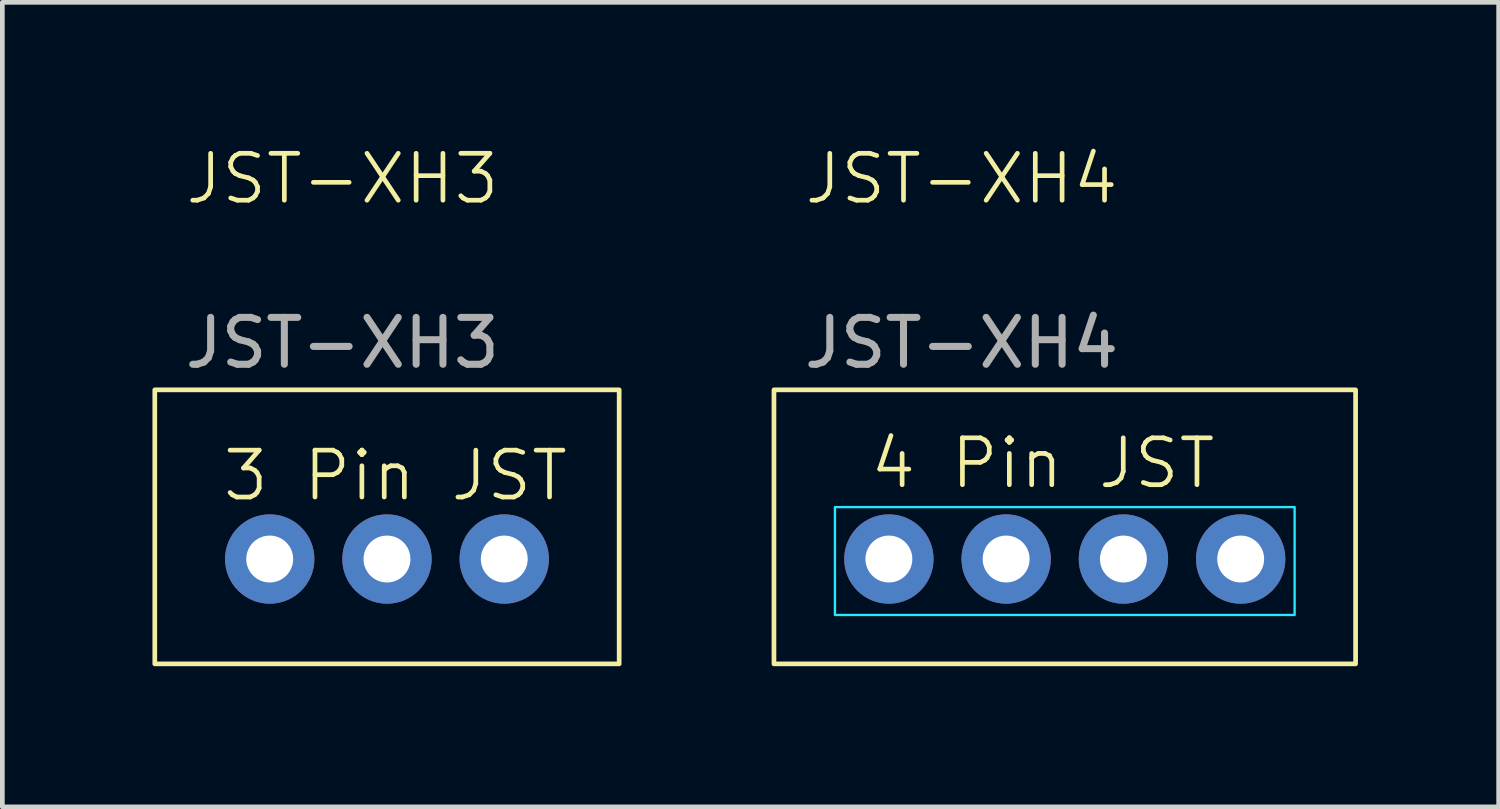
<source format=kicad_pcb>
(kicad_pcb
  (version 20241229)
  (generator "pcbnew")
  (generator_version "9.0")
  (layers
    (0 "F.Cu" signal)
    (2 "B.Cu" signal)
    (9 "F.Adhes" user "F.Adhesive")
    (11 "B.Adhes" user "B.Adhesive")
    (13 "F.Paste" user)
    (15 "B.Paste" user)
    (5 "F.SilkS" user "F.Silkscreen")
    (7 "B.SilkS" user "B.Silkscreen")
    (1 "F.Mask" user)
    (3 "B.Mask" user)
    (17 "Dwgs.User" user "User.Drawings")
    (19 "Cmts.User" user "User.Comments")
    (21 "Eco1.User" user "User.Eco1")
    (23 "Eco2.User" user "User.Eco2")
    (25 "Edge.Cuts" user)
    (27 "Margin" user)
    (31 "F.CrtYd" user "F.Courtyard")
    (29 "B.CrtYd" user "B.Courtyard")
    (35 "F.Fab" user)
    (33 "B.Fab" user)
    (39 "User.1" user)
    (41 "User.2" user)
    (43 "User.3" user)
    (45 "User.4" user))
  (footprint "JST-XH4"
    (layer "F.Cu")
    (at 13.45 5.261)
    (property "Reference" "JST-XH4" (at 4 -4.5 0) (unlocked yes) (layer "F.SilkS") (effects (font (size 1 1) (thickness 0.1))))
    (attr smd)
    (fp_rect (start 0 0) (end 12.4 5.842) (stroke (width 0.1) (type default)) (fill no) (layer "F.SilkS"))
    (fp_rect (start 1.3 2.5) (end 11.1 4.8) (stroke (width 0.05) (type default)) (fill no) (layer "B.CrtYd"))
    (fp_text user "4 Pin JST" (at 2 2.15 0) (unlocked yes) (layer "F.SilkS") (effects (font (size 1 1) (thickness 0.1)) (justify left bottom)))
    (fp_text user "${REFERENCE}" (at 4 -1 0) (unlocked yes) (layer "F.Fab") (effects (font (size 1 1) (thickness 0.15))))
    (pad "1" thru_hole circle (at 2.45 3.607) (size 1.905 1.905) (drill 1) (layers "*.Cu" "*.Mask"))
    (pad "2" thru_hole circle (at 4.95 3.607) (size 1.905 1.905) (drill 1) (layers "*.Cu" "*.Mask"))
    (pad "3" thru_hole circle (at 7.45 3.607) (size 1.905 1.905) (drill 1) (layers "*.Cu" "*.Mask"))
    (pad "4" thru_hole circle (at 9.95 3.607) (size 1.905 1.905) (drill 1) (layers "*.Cu" "*.Mask")))
  (footprint "JST-XH3"
    (layer "F.Cu")
    (at 0.25 5.261)
    (property "Reference" "JST-XH3" (at 4 -4.5 0) (unlocked yes) (layer "F.SilkS") (effects (font (size 1 1) (thickness 0.1))))
    (attr smd)
    (fp_rect (start 0 0) (end 9.9 5.842) (stroke (width 0.1) (type default)) (fill no) (layer "F.SilkS"))
    (fp_text user "3 Pin JST" (at 1.397 2.413 0) (unlocked yes) (layer "F.SilkS") (effects (font (size 1 1) (thickness 0.1)) (justify left bottom)))
    (fp_text user "${REFERENCE}" (at 4 -1 0) (unlocked yes) (layer "F.Fab") (effects (font (size 1 1) (thickness 0.15))))
    (pad "1" thru_hole circle (at 2.45 3.607) (size 1.905 1.905) (drill 1) (layers "*.Cu" "*.Mask"))
    (pad "2" thru_hole circle (at 4.95 3.607) (size 1.905 1.905) (drill 1) (layers "*.Cu" "*.Mask"))
    (pad "3" thru_hole circle (at 7.45 3.607) (size 1.905 1.905) (drill 1) (layers "*.Cu" "*.Mask")))
  (gr_rect
    (start -3 -3)
    (end 28.9 14.152)
    (stroke (width 0.1) (type default))
    (fill no)
    (layer "Edge.Cuts")))
</source>
